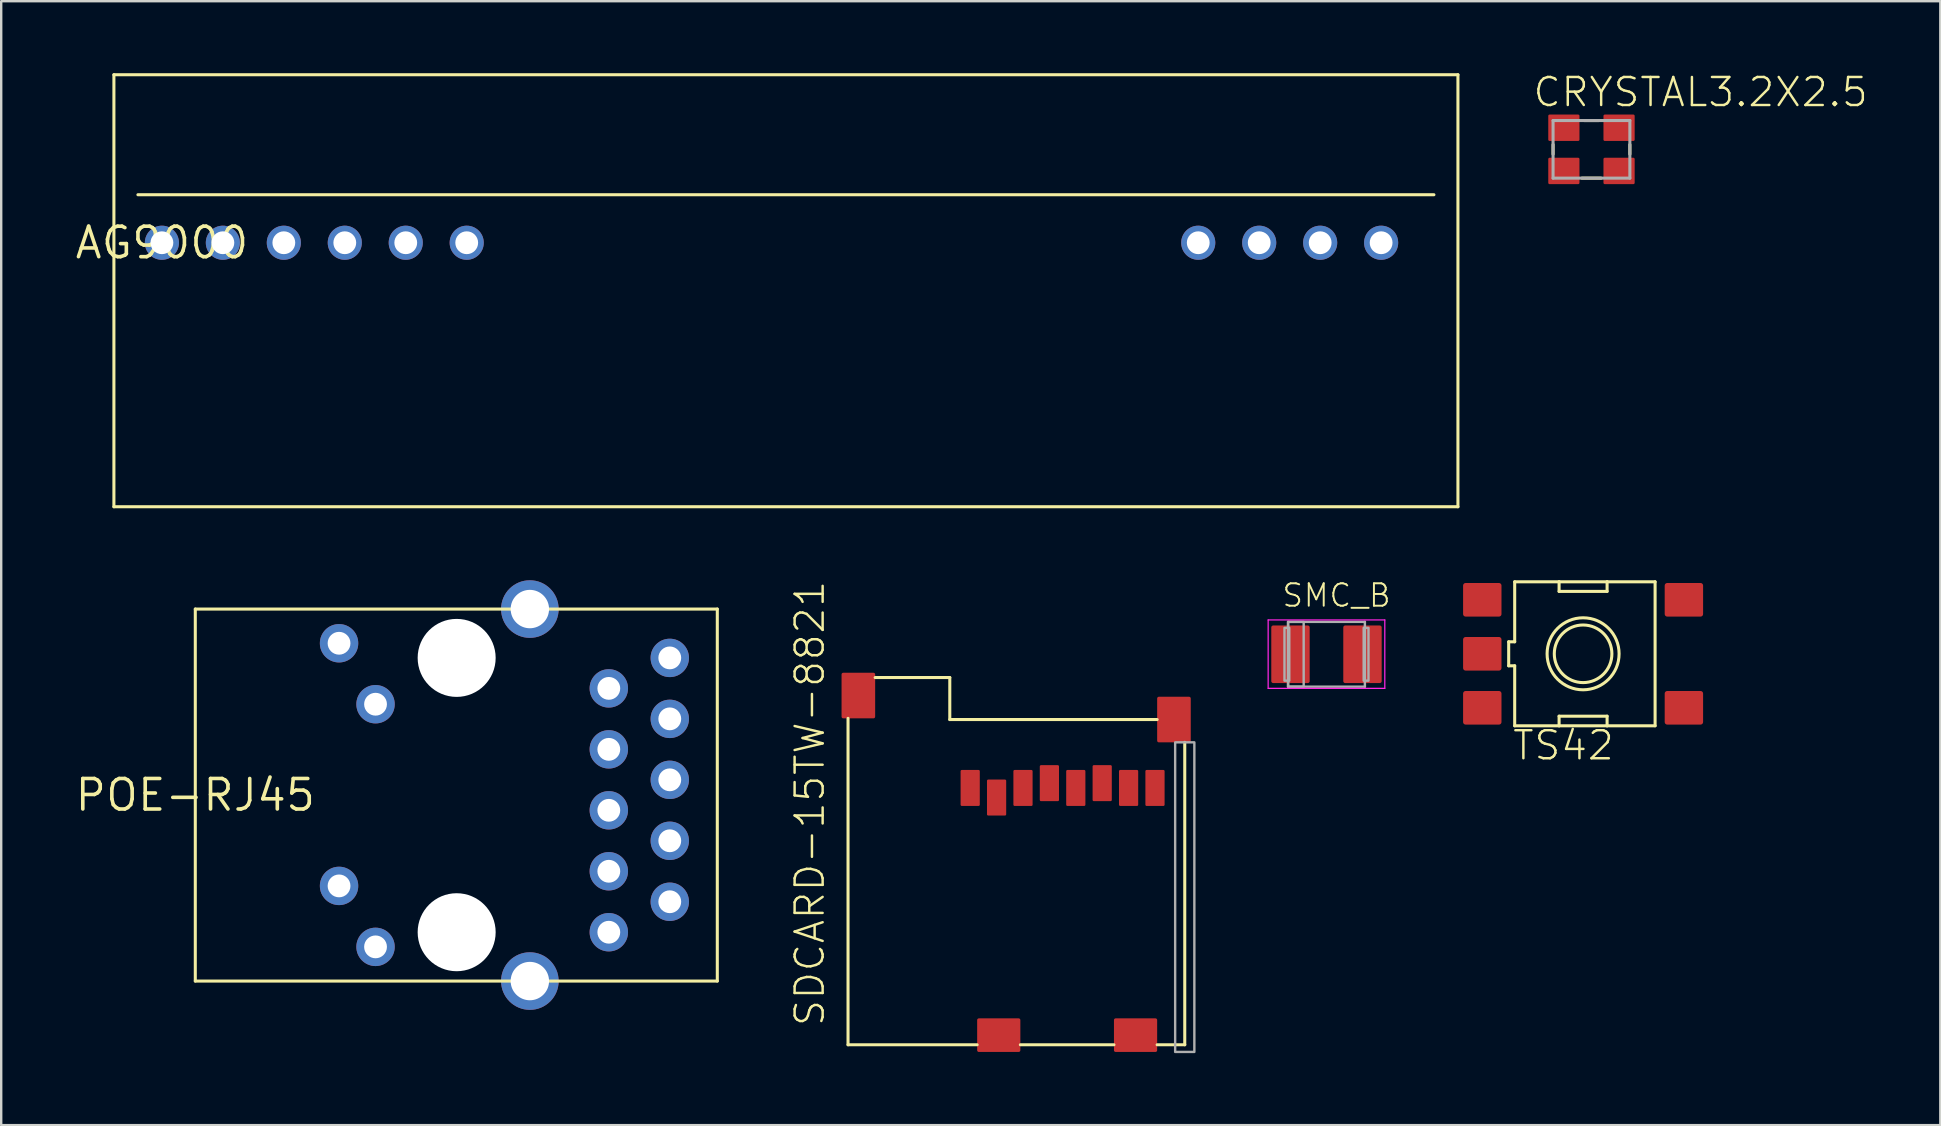
<source format=kicad_pcb>
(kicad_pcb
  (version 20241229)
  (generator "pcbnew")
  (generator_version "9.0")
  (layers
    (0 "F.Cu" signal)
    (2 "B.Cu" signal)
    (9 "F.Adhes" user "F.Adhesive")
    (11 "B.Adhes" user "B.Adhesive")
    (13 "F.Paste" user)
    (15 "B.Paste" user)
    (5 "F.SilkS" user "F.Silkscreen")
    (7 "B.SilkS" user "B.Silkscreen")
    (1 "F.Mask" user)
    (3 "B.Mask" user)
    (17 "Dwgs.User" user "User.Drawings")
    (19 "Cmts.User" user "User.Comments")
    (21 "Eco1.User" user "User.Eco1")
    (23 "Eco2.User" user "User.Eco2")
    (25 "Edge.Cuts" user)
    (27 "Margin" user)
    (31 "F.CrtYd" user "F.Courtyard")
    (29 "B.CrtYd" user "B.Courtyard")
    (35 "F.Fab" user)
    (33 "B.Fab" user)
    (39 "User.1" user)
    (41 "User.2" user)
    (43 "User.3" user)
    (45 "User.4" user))
  (footprint "POE-RJ45"
    (layer "F.Cu")
    (at 5.087 30.077)
    (property "Reference" "POE-RJ45" (at 0 0 0) (layer "F.SilkS") (effects (font (size 1.27 1.27) (thickness 0.15))))
    (fp_line (start 0 -7.75) (end 21.75 -7.75) (stroke (width 0.127) (type solid)) (layer "F.SilkS"))
    (fp_line (start 0 7.75) (end 0 -7.75) (stroke (width 0.127) (type solid)) (layer "F.SilkS"))
    (fp_line (start 21.75 -7.75) (end 21.75 7.75) (stroke (width 0.127) (type solid)) (layer "F.SilkS"))
    (fp_line (start 21.75 7.75) (end 0 7.75) (stroke (width 0.127) (type solid)) (layer "F.SilkS"))
    (pad "" np_thru_hole circle (at 10.89 -5.715) (size 3.25 3.25) (drill 3.25) (layers "*.Cu" "*.Mask"))
    (pad "" np_thru_hole circle (at 10.89 5.715) (size 3.25 3.25) (drill 3.25) (layers "*.Cu" "*.Mask"))
    (pad "CH1" thru_hole circle (at 13.94 -7.75) (size 2.4 2.4) (drill 1.6) (layers "*.Cu" "*.Mask"))
    (pad "CH2" thru_hole circle (at 13.94 7.75) (size 2.4 2.4) (drill 1.6) (layers "*.Cu" "*.Mask"))
    (pad "L1" thru_hole circle (at 7.51 6.325) (size 1.6 1.6) (drill 0.95) (layers "*.Cu" "*.Mask"))
    (pad "L2" thru_hole circle (at 5.99 3.785) (size 1.6 1.6) (drill 0.95) (layers "*.Cu" "*.Mask"))
    (pad "L3" thru_hole circle (at 7.51 -3.785) (size 1.6 1.6) (drill 0.95) (layers "*.Cu" "*.Mask"))
    (pad "L4" thru_hole circle (at 5.99 -6.325) (size 1.6 1.6) (drill 0.95) (layers "*.Cu" "*.Mask"))
    (pad "R1" thru_hole circle (at 19.77 -5.715) (size 1.6 1.6) (drill 0.95) (layers "*.Cu" "*.Mask"))
    (pad "R2" thru_hole circle (at 17.23 -4.445) (size 1.6 1.6) (drill 0.95) (layers "*.Cu" "*.Mask"))
    (pad "R3" thru_hole circle (at 19.77 -3.175) (size 1.6 1.6) (drill 0.95) (layers "*.Cu" "*.Mask"))
    (pad "R4" thru_hole circle (at 17.23 -1.905) (size 1.6 1.6) (drill 0.95) (layers "*.Cu" "*.Mask"))
    (pad "R5" thru_hole circle (at 19.77 -0.635) (size 1.6 1.6) (drill 0.95) (layers "*.Cu" "*.Mask"))
    (pad "R6" thru_hole circle (at 17.23 0.635) (size 1.6 1.6) (drill 0.95) (layers "*.Cu" "*.Mask"))
    (pad "R7" thru_hole circle (at 19.77 1.905) (size 1.6 1.6) (drill 0.95) (layers "*.Cu" "*.Mask"))
    (pad "R8" thru_hole circle (at 17.23 3.175) (size 1.6 1.6) (drill 0.95) (layers "*.Cu" "*.Mask"))
    (pad "R9" thru_hole circle (at 19.77 4.445) (size 1.6 1.6) (drill 0.95) (layers "*.Cu" "*.Mask"))
    (pad "R10" thru_hole circle (at 17.23 5.715) (size 1.6 1.6) (drill 0.95) (layers "*.Cu" "*.Mask")))
  (footprint "SMC_B"
    (layer "F.Cu")
    (at 52.219 24.211)
    (property "Reference" "SMC_B" (at -1.905 -1.905 0) (unlocked yes) (layer "F.SilkS") (effects (font (size 0.935 0.935) (thickness 0.081)) (justify left bottom)))
    (fp_line (start -2.43 -1.43) (end 2.43 -1.43) (stroke (width 0.051) (type solid)) (layer "F.CrtYd"))
    (fp_line (start -2.43 1.42) (end -2.43 -1.43) (stroke (width 0.051) (type solid)) (layer "F.CrtYd"))
    (fp_line (start 2.43 -1.43) (end 2.43 1.42) (stroke (width 0.051) (type solid)) (layer "F.CrtYd"))
    (fp_line (start 2.43 1.42) (end -2.43 1.42) (stroke (width 0.051) (type solid)) (layer "F.CrtYd"))
    (fp_line (start -1.6 -1.35) (end 1.6 -1.35) (stroke (width 0.102) (type solid)) (layer "F.Fab"))
    (fp_line (start -1.6 1.35) (end -1.6 -1.35) (stroke (width 0.102) (type solid)) (layer "F.Fab"))
    (fp_line (start 1.6 -1.35) (end 1.6 1.35) (stroke (width 0.102) (type solid)) (layer "F.Fab"))
    (fp_line (start 1.6 1.35) (end -1.6 1.35) (stroke (width 0.102) (type solid)) (layer "F.Fab"))
    (fp_poly (pts (xy -1.75 1.1) (xy -1.55 1.1) (xy -1.55 -1.1) (xy -1.75 -1.1)) (stroke (width 0.1) (type default)) (fill no) (layer "F.Fab"))
    (fp_poly (pts (xy -1.6 1.35) (xy -0.95 1.35) (xy -0.95 -1.35) (xy -1.6 -1.35)) (stroke (width 0.1) (type default)) (fill no) (layer "F.Fab"))
    (fp_poly (pts (xy 1.75 -1.1) (xy 1.55 -1.1) (xy 1.55 1.1) (xy 1.75 1.1)) (stroke (width 0.1) (type default)) (fill no) (layer "F.Fab"))
    (pad "+" smd roundrect (at -1.5 0) (size 1.6 2.4) (layers "F.Cu" "F.Mask" "F.Paste") (roundrect_rratio 0.05))
    (pad "-" smd roundrect (at 1.5 0 180) (size 1.6 2.4) (layers "F.Cu" "F.Mask" "F.Paste") (roundrect_rratio 0.05)))
  (footprint "SDCARD-15TW-8821"
    (layer "F.Cu")
    (at 37.374 29.781)
    (property "Reference" "SDCARD-15TW-8821" (at -6 10 90) (unlocked yes) (layer "F.SilkS") (effects (font (size 1.168 1.168) (thickness 0.102)) (justify left bottom)))
    (fp_line (start -5.09 10.7) (end -5.09 -2.9) (stroke (width 0.127) (type solid)) (layer "F.SilkS"))
    (fp_line (start -3.96 -4.6) (end -0.85 -4.6) (stroke (width 0.127) (type solid)) (layer "F.SilkS"))
    (fp_line (start -0.85 -4.6) (end -0.85 -2.85) (stroke (width 0.127) (type solid)) (layer "F.SilkS"))
    (fp_line (start -0.85 -2.85) (end 7.79 -2.85) (stroke (width 0.127) (type solid)) (layer "F.SilkS"))
    (fp_line (start 0.29 10.7) (end -5.09 10.7) (stroke (width 0.127) (type solid)) (layer "F.SilkS"))
    (fp_line (start 5.99 10.7) (end 2.09 10.7) (stroke (width 0.127) (type solid)) (layer "F.SilkS"))
    (fp_line (start 8.94 -1.9) (end 8.94 10.7) (stroke (width 0.127) (type solid)) (layer "F.SilkS"))
    (fp_line (start 8.94 10.7) (end 7.79 10.7) (stroke (width 0.127) (type solid)) (layer "F.SilkS"))
    (fp_poly (pts (xy 8.54 11) (xy 9.34 11) (xy 9.34 -1.9) (xy 8.54 -1.9)) (stroke (width 0.1) (type default)) (fill no) (layer "F.Fab"))
    (pad "1" smd roundrect (at 0 0) (size 0.8 1.5) (layers "F.Cu" "F.Mask" "F.Paste") (roundrect_rratio 0.064))
    (pad "2" smd roundrect (at 1.1 0.4) (size 0.8 1.5) (layers "F.Cu" "F.Mask" "F.Paste") (roundrect_rratio 0.064))
    (pad "3" smd roundrect (at 2.2 0) (size 0.8 1.5) (layers "F.Cu" "F.Mask" "F.Paste") (roundrect_rratio 0.064))
    (pad "4" smd roundrect (at 3.3 -0.2) (size 0.8 1.5) (layers "F.Cu" "F.Mask" "F.Paste") (roundrect_rratio 0.064))
    (pad "5" smd roundrect (at 4.4 0) (size 0.8 1.5) (layers "F.Cu" "F.Mask" "F.Paste") (roundrect_rratio 0.064))
    (pad "6" smd roundrect (at 5.5 -0.2) (size 0.8 1.5) (layers "F.Cu" "F.Mask" "F.Paste") (roundrect_rratio 0.064))
    (pad "7" smd roundrect (at 6.6 0) (size 0.8 1.5) (layers "F.Cu" "F.Mask" "F.Paste") (roundrect_rratio 0.064))
    (pad "8" smd roundrect (at 7.7 0) (size 0.8 1.5) (layers "F.Cu" "F.Mask" "F.Paste") (roundrect_rratio 0.064))
    (pad "GND1" smd roundrect (at -4.66 -3.85) (size 1.4 1.9) (layers "F.Cu" "F.Mask" "F.Paste") (roundrect_rratio 0.05))
    (pad "GND2" smd roundrect (at 8.49 -2.85) (size 1.4 1.9) (layers "F.Cu" "F.Mask" "F.Paste") (roundrect_rratio 0.05))
    (pad "GND3" smd roundrect (at 1.19 10.3) (size 1.8 1.4) (layers "F.Cu" "F.Mask" "F.Paste") (roundrect_rratio 0.05))
    (pad "GND4" smd roundrect (at 6.89 10.3) (size 1.8 1.4) (layers "F.Cu" "F.Mask" "F.Paste") (roundrect_rratio 0.05)))
  (footprint "TS42"
    (layer "F.Cu")
    (at 62.911 24.191)
    (property "Reference" "TS42" (at -3 4.5 0) (unlocked yes) (layer "F.SilkS") (effects (font (size 1.168 1.168) (thickness 0.102)) (justify left bottom)))
    (fp_line (start -3.1 -0.5) (end -3.1 0.5) (stroke (width 0.127) (type solid)) (layer "F.SilkS"))
    (fp_line (start -3.1 0.5) (end -2.85 0.5) (stroke (width 0.127) (type solid)) (layer "F.SilkS"))
    (fp_line (start -2.85 -3) (end -2.85 -0.5) (stroke (width 0.127) (type solid)) (layer "F.SilkS"))
    (fp_line (start -2.85 -3) (end -1 -3) (stroke (width 0.127) (type solid)) (layer "F.SilkS"))
    (fp_line (start -2.85 -0.5) (end -3.1 -0.5) (stroke (width 0.127) (type solid)) (layer "F.SilkS"))
    (fp_line (start -2.85 0.5) (end -2.85 3) (stroke (width 0.127) (type solid)) (layer "F.SilkS"))
    (fp_line (start -1 -3) (end -1 -2.6) (stroke (width 0.127) (type solid)) (layer "F.SilkS"))
    (fp_line (start -1 -2.6) (end 1 -2.6) (stroke (width 0.127) (type solid)) (layer "F.SilkS"))
    (fp_line (start -1 2.6) (end -1 3) (stroke (width 0.127) (type solid)) (layer "F.SilkS"))
    (fp_line (start -1 3) (end -2.85 3) (stroke (width 0.127) (type solid)) (layer "F.SilkS"))
    (fp_line (start -1 3) (end 1 3) (stroke (width 0.127) (type solid)) (layer "F.SilkS"))
    (fp_line (start 1 -3) (end -1 -3) (stroke (width 0.127) (type solid)) (layer "F.SilkS"))
    (fp_line (start 1 -3) (end 3 -3) (stroke (width 0.127) (type solid)) (layer "F.SilkS"))
    (fp_line (start 1 -2.6) (end 1 -3) (stroke (width 0.127) (type solid)) (layer "F.SilkS"))
    (fp_line (start 1 2.6) (end -1 2.6) (stroke (width 0.127) (type solid)) (layer "F.SilkS"))
    (fp_line (start 1 3) (end 1 2.6) (stroke (width 0.127) (type solid)) (layer "F.SilkS"))
    (fp_line (start 1 3) (end 3 3) (stroke (width 0.127) (type solid)) (layer "F.SilkS"))
    (fp_line (start 3 3) (end 3 -3) (stroke (width 0.127) (type solid)) (layer "F.SilkS"))
    (fp_circle (center 0 0) (end 1.2 0) (stroke (width 0.127) (type solid)) (fill no) (layer "F.SilkS"))
    (fp_circle (center 0 0) (end 1.5 0) (stroke (width 0.127) (type solid)) (fill no) (layer "F.SilkS"))
    (fp_poly (pts (xy -4.699 0.381) (xy -3.81 0.381) (xy -3.81 -0.381) (xy -4.699 -0.381)) (stroke (width 0) (type default)) (fill yes) (layer "F.Paste"))
    (pad "1" smd roundrect (at -4.2 -2.25) (size 1.6 1.4) (layers "F.Cu" "F.Mask" "F.Paste") (roundrect_rratio 0.075))
    (pad "2" smd roundrect (at 4.2 -2.25) (size 1.6 1.4) (layers "F.Cu" "F.Mask" "F.Paste") (roundrect_rratio 0.075))
    (pad "3" smd roundrect (at -4.2 2.25) (size 1.6 1.4) (layers "F.Cu" "F.Mask" "F.Paste") (roundrect_rratio 0.075))
    (pad "4" smd roundrect (at 4.2 2.25) (size 1.6 1.4) (layers "F.Cu" "F.Mask" "F.Paste") (roundrect_rratio 0.075))
    (pad "5" smd roundrect (at -4.2 0) (size 1.6 1.4) (layers "F.Cu" "F.Mask") (roundrect_rratio 0.075)))
  (footprint "AG9000"
    (layer "F.Cu")
    (at 3.696 7.064)
    (property "Reference" "AG9000" (at 0 0 0) (layer "F.SilkS") (effects (font (size 1.27 1.27) (thickness 0.15))))
    (fp_line (start -2 -7) (end 54 -7) (stroke (width 0.127) (type solid)) (layer "F.SilkS"))
    (fp_line (start -2 11) (end -2 -7) (stroke (width 0.127) (type solid)) (layer "F.SilkS"))
    (fp_line (start -1 -2) (end 53 -2) (stroke (width 0.127) (type solid)) (layer "F.SilkS"))
    (fp_line (start 54 -7) (end 54 11) (stroke (width 0.127) (type solid)) (layer "F.SilkS"))
    (fp_line (start 54 11) (end -2 11) (stroke (width 0.127) (type solid)) (layer "F.SilkS"))
    (pad "P$1" thru_hole circle (at 0 0) (size 1.422 1.422) (drill 0.95) (layers "*.Cu" "*.Mask"))
    (pad "P$2" thru_hole circle (at 2.54 0) (size 1.422 1.422) (drill 0.95) (layers "*.Cu" "*.Mask"))
    (pad "P$3" thru_hole circle (at 5.08 0) (size 1.422 1.422) (drill 0.95) (layers "*.Cu" "*.Mask"))
    (pad "P$4" thru_hole circle (at 7.62 0) (size 1.422 1.422) (drill 0.95) (layers "*.Cu" "*.Mask"))
    (pad "P$5" thru_hole circle (at 10.16 0) (size 1.422 1.422) (drill 0.95) (layers "*.Cu" "*.Mask"))
    (pad "P$6" thru_hole circle (at 12.7 0) (size 1.422 1.422) (drill 0.95) (layers "*.Cu" "*.Mask"))
    (pad "P$7" thru_hole circle (at 43.18 0) (size 1.422 1.422) (drill 0.95) (layers "*.Cu" "*.Mask"))
    (pad "P$8" thru_hole circle (at 45.72 0) (size 1.422 1.422) (drill 0.95) (layers "*.Cu" "*.Mask"))
    (pad "P$9" thru_hole circle (at 48.26 0) (size 1.422 1.422) (drill 0.95) (layers "*.Cu" "*.Mask"))
    (pad "P$10" thru_hole circle (at 50.8 0) (size 1.422 1.422) (drill 0.95) (layers "*.Cu" "*.Mask")))
  (footprint "CRYSTAL3.2X2.5"
    (layer "F.Cu")
    (at 63.26 3.173)
    (property "Reference" "CRYSTAL3.2X2.5" (at -2.5 -1.7 0) (unlocked yes) (layer "F.SilkS") (effects (font (size 1.168 1.168) (thickness 0.102)) (justify left bottom)))
    (fp_line (start -1.6 -0.2) (end -1.6 0.2) (stroke (width 0.127) (type solid)) (layer "F.SilkS"))
    (fp_line (start -0.4 1.2) (end 0.4 1.2) (stroke (width 0.127) (type solid)) (layer "F.SilkS"))
    (fp_line (start -0.3 -1.2) (end 0.3 -1.2) (stroke (width 0.127) (type solid)) (layer "F.SilkS"))
    (fp_line (start 1.6 -0.2) (end 1.6 0.2) (stroke (width 0.127) (type solid)) (layer "F.SilkS"))
    (fp_line (start -1.6 -1.2) (end 1.6 -1.2) (stroke (width 0.127) (type solid)) (layer "F.Fab"))
    (fp_line (start -1.6 1.2) (end -1.6 -1.2) (stroke (width 0.127) (type solid)) (layer "F.Fab"))
    (fp_line (start 1.6 -1.2) (end 1.6 1.2) (stroke (width 0.127) (type solid)) (layer "F.Fab"))
    (fp_line (start 1.6 1.2) (end -1.6 1.2) (stroke (width 0.127) (type solid)) (layer "F.Fab"))
    (pad "1" smd roundrect (at -1.15 0.9) (size 1.3 1.1) (layers "F.Cu" "F.Mask" "F.Paste") (roundrect_rratio 0.05))
    (pad "2" smd roundrect (at 1.15 0.9) (size 1.3 1.1) (layers "F.Cu" "F.Mask" "F.Paste") (roundrect_rratio 0.05))
    (pad "3" smd roundrect (at 1.15 -0.9) (size 1.3 1.1) (layers "F.Cu" "F.Mask" "F.Paste") (roundrect_rratio 0.05))
    (pad "4" smd roundrect (at -1.15 -0.9) (size 1.3 1.1) (layers "F.Cu" "F.Mask" "F.Paste") (roundrect_rratio 0.05)))
  (gr_rect
    (start -3 -3)
    (end 77.796 43.831)
    (stroke (width 0.1) (type default))
    (fill no)
    (layer "Edge.Cuts")))
</source>
